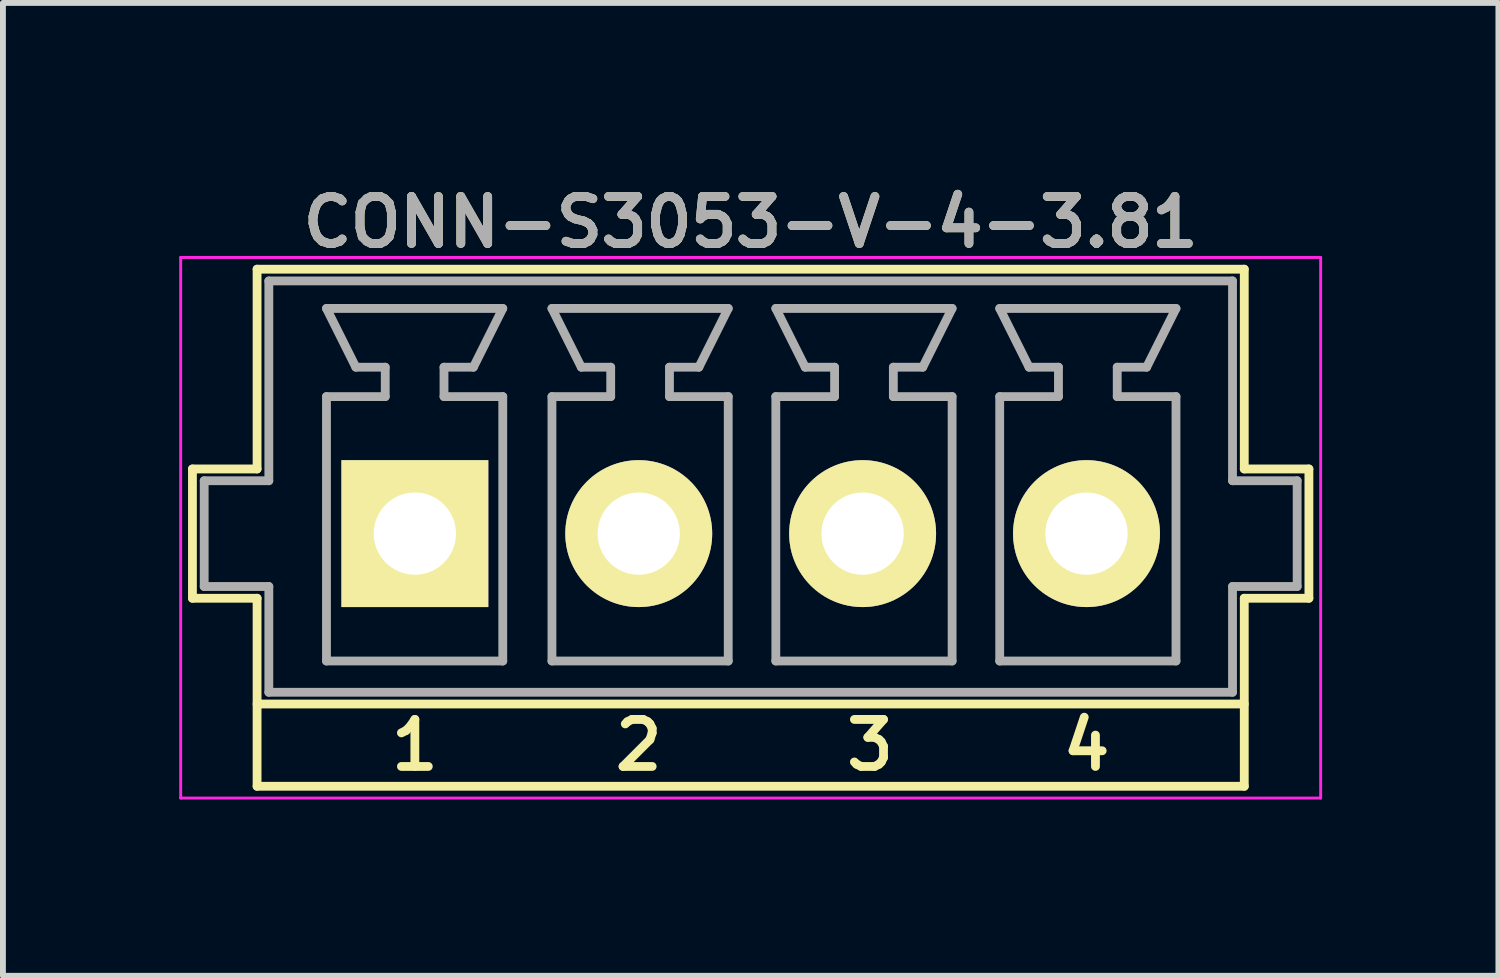
<source format=kicad_pcb>
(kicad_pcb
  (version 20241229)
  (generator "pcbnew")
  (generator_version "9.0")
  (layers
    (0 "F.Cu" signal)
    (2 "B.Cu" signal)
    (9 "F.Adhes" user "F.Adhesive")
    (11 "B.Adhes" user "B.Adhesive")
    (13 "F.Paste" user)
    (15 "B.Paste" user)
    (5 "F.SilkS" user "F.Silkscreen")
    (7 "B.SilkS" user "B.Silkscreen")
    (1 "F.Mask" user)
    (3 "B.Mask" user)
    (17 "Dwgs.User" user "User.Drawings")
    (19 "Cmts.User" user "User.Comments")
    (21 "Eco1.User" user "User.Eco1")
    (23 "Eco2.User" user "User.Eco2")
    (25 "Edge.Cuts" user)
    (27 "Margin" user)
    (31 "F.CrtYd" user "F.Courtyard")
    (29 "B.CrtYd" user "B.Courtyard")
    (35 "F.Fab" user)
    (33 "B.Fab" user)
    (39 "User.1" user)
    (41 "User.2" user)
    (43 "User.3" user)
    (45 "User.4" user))
  (footprint "CONN-S3053-V-4-3.81"
    (layer "F.Cu")
    (at 9.725 5.231)
    (property "Reference" "CONN-S3053-V-4-3.81" (at 0 -4.5 0) (layer "F.SilkS") (effects (font (size 0.8 0.8) (thickness 0.15))))
    (attr through_hole)
    (fp_line (start -9.5 -0.3) (end -9.5 1.9) (stroke (width 0.15) (type solid)) (layer "F.SilkS"))
    (fp_line (start -9.5 1.9) (end -8.4 1.9) (stroke (width 0.15) (type solid)) (layer "F.SilkS"))
    (fp_line (start -8.4 -3.7) (end -8.4 -0.3) (stroke (width 0.15) (type solid)) (layer "F.SilkS"))
    (fp_line (start -8.4 -3.7) (end 8.4 -3.7) (stroke (width 0.15) (type solid)) (layer "F.SilkS"))
    (fp_line (start -8.4 -0.3) (end -9.5 -0.3) (stroke (width 0.15) (type solid)) (layer "F.SilkS"))
    (fp_line (start -8.4 1.9) (end -8.4 5.1) (stroke (width 0.15) (type solid)) (layer "F.SilkS"))
    (fp_line (start -8.4 5.1) (end 8.4 5.1) (stroke (width 0.15) (type solid)) (layer "F.SilkS"))
    (fp_line (start 8.4 -3.7) (end 8.4 -0.3) (stroke (width 0.15) (type solid)) (layer "F.SilkS"))
    (fp_line (start 8.4 1.9) (end 8.4 5.1) (stroke (width 0.15) (type solid)) (layer "F.SilkS"))
    (fp_line (start 8.4 1.9) (end 9.5 1.9) (stroke (width 0.15) (type solid)) (layer "F.SilkS"))
    (fp_line (start 8.4 3.7) (end -8.4 3.7) (stroke (width 0.15) (type solid)) (layer "F.SilkS"))
    (fp_line (start 9.5 -0.3) (end 8.4 -0.3) (stroke (width 0.15) (type solid)) (layer "F.SilkS"))
    (fp_line (start 9.5 -0.3) (end 9.5 1.9) (stroke (width 0.15) (type solid)) (layer "F.SilkS"))
    (fp_line (start -9.7 -3.9) (end 9.7 -3.9) (stroke (width 0.05) (type solid)) (layer "F.CrtYd"))
    (fp_line (start -9.7 5.3) (end -9.7 -3.9) (stroke (width 0.05) (type solid)) (layer "F.CrtYd"))
    (fp_line (start 9.7 -3.9) (end 9.7 5.3) (stroke (width 0.05) (type solid)) (layer "F.CrtYd"))
    (fp_line (start 9.7 5.3) (end -9.7 5.3) (stroke (width 0.05) (type solid)) (layer "F.CrtYd"))
    (fp_line (start -9.3 -0.1) (end -9.3 1.7) (stroke (width 0.15) (type solid)) (layer "F.Fab"))
    (fp_line (start -9.3 1.7) (end -8.2 1.7) (stroke (width 0.15) (type solid)) (layer "F.Fab"))
    (fp_line (start -8.2 -3.5) (end -8.2 -0.1) (stroke (width 0.15) (type solid)) (layer "F.Fab"))
    (fp_line (start -8.2 -3.5) (end 8.2 -3.5) (stroke (width 0.15) (type solid)) (layer "F.Fab"))
    (fp_line (start -8.2 -0.1) (end -9.3 -0.1) (stroke (width 0.15) (type solid)) (layer "F.Fab"))
    (fp_line (start -8.2 1.7) (end -8.2 3.5) (stroke (width 0.15) (type solid)) (layer "F.Fab"))
    (fp_line (start -7.219 -3.032) (end -6.719 -2.032) (stroke (width 0.15) (type solid)) (layer "F.Fab"))
    (fp_line (start -7.219 -1.532) (end -6.219 -1.532) (stroke (width 0.15) (type solid)) (layer "F.Fab"))
    (fp_line (start -7.219 2.968) (end -7.219 -1.532) (stroke (width 0.15) (type solid)) (layer "F.Fab"))
    (fp_line (start -6.219 -2.032) (end -6.719 -2.032) (stroke (width 0.15) (type solid)) (layer "F.Fab"))
    (fp_line (start -6.219 -1.532) (end -6.219 -2.032) (stroke (width 0.15) (type solid)) (layer "F.Fab"))
    (fp_line (start -5.219 -2.032) (end -4.719 -2.032) (stroke (width 0.15) (type solid)) (layer "F.Fab"))
    (fp_line (start -5.219 -1.532) (end -5.219 -2.032) (stroke (width 0.15) (type solid)) (layer "F.Fab"))
    (fp_line (start -5.219 -1.532) (end -4.219 -1.532) (stroke (width 0.15) (type solid)) (layer "F.Fab"))
    (fp_line (start -4.719 -2.032) (end -4.219 -3.032) (stroke (width 0.15) (type solid)) (layer "F.Fab"))
    (fp_line (start -4.219 -3.032) (end -7.219 -3.032) (stroke (width 0.15) (type solid)) (layer "F.Fab"))
    (fp_line (start -4.219 2.968) (end -7.219 2.968) (stroke (width 0.15) (type solid)) (layer "F.Fab"))
    (fp_line (start -4.219 2.968) (end -4.219 -1.532) (stroke (width 0.15) (type solid)) (layer "F.Fab"))
    (fp_line (start -3.382 -3.032) (end -2.882 -2.032) (stroke (width 0.15) (type solid)) (layer "F.Fab"))
    (fp_line (start -3.382 -1.532) (end -2.382 -1.532) (stroke (width 0.15) (type solid)) (layer "F.Fab"))
    (fp_line (start -3.382 2.968) (end -3.382 -1.532) (stroke (width 0.15) (type solid)) (layer "F.Fab"))
    (fp_line (start -2.382 -2.032) (end -2.882 -2.032) (stroke (width 0.15) (type solid)) (layer "F.Fab"))
    (fp_line (start -2.382 -1.532) (end -2.382 -2.032) (stroke (width 0.15) (type solid)) (layer "F.Fab"))
    (fp_line (start -1.382 -2.032) (end -0.882 -2.032) (stroke (width 0.15) (type solid)) (layer "F.Fab"))
    (fp_line (start -1.382 -1.532) (end -1.382 -2.032) (stroke (width 0.15) (type solid)) (layer "F.Fab"))
    (fp_line (start -1.382 -1.532) (end -0.382 -1.532) (stroke (width 0.15) (type solid)) (layer "F.Fab"))
    (fp_line (start -0.882 -2.032) (end -0.382 -3.032) (stroke (width 0.15) (type solid)) (layer "F.Fab"))
    (fp_line (start -0.382 -3.032) (end -3.382 -3.032) (stroke (width 0.15) (type solid)) (layer "F.Fab"))
    (fp_line (start -0.382 2.968) (end -3.382 2.968) (stroke (width 0.15) (type solid)) (layer "F.Fab"))
    (fp_line (start -0.382 2.968) (end -0.382 -1.532) (stroke (width 0.15) (type solid)) (layer "F.Fab"))
    (fp_line (start 0.428 -3.032) (end 0.928 -2.032) (stroke (width 0.15) (type solid)) (layer "F.Fab"))
    (fp_line (start 0.428 -1.532) (end 1.428 -1.532) (stroke (width 0.15) (type solid)) (layer "F.Fab"))
    (fp_line (start 0.428 2.968) (end 0.428 -1.532) (stroke (width 0.15) (type solid)) (layer "F.Fab"))
    (fp_line (start 1.428 -2.032) (end 0.928 -2.032) (stroke (width 0.15) (type solid)) (layer "F.Fab"))
    (fp_line (start 1.428 -1.532) (end 1.428 -2.032) (stroke (width 0.15) (type solid)) (layer "F.Fab"))
    (fp_line (start 2.428 -2.032) (end 2.928 -2.032) (stroke (width 0.15) (type solid)) (layer "F.Fab"))
    (fp_line (start 2.428 -1.532) (end 2.428 -2.032) (stroke (width 0.15) (type solid)) (layer "F.Fab"))
    (fp_line (start 2.428 -1.532) (end 3.428 -1.532) (stroke (width 0.15) (type solid)) (layer "F.Fab"))
    (fp_line (start 2.928 -2.032) (end 3.428 -3.032) (stroke (width 0.15) (type solid)) (layer "F.Fab"))
    (fp_line (start 3.428 -3.032) (end 0.428 -3.032) (stroke (width 0.15) (type solid)) (layer "F.Fab"))
    (fp_line (start 3.428 2.968) (end 0.428 2.968) (stroke (width 0.15) (type solid)) (layer "F.Fab"))
    (fp_line (start 3.428 2.968) (end 3.428 -1.532) (stroke (width 0.15) (type solid)) (layer "F.Fab"))
    (fp_line (start 4.238 -3.032) (end 4.738 -2.032) (stroke (width 0.15) (type solid)) (layer "F.Fab"))
    (fp_line (start 4.238 -1.532) (end 5.238 -1.532) (stroke (width 0.15) (type solid)) (layer "F.Fab"))
    (fp_line (start 4.238 2.968) (end 4.238 -1.532) (stroke (width 0.15) (type solid)) (layer "F.Fab"))
    (fp_line (start 5.238 -2.032) (end 4.738 -2.032) (stroke (width 0.15) (type solid)) (layer "F.Fab"))
    (fp_line (start 5.238 -1.532) (end 5.238 -2.032) (stroke (width 0.15) (type solid)) (layer "F.Fab"))
    (fp_line (start 6.238 -2.032) (end 6.738 -2.032) (stroke (width 0.15) (type solid)) (layer "F.Fab"))
    (fp_line (start 6.238 -1.532) (end 6.238 -2.032) (stroke (width 0.15) (type solid)) (layer "F.Fab"))
    (fp_line (start 6.238 -1.532) (end 7.238 -1.532) (stroke (width 0.15) (type solid)) (layer "F.Fab"))
    (fp_line (start 6.738 -2.032) (end 7.238 -3.032) (stroke (width 0.15) (type solid)) (layer "F.Fab"))
    (fp_line (start 7.238 -3.032) (end 4.238 -3.032) (stroke (width 0.15) (type solid)) (layer "F.Fab"))
    (fp_line (start 7.238 2.968) (end 4.238 2.968) (stroke (width 0.15) (type solid)) (layer "F.Fab"))
    (fp_line (start 7.238 2.968) (end 7.238 -1.532) (stroke (width 0.15) (type solid)) (layer "F.Fab"))
    (fp_line (start 8.2 -0.1) (end 8.2 -3.5) (stroke (width 0.15) (type solid)) (layer "F.Fab"))
    (fp_line (start 8.2 1.7) (end 9.3 1.7) (stroke (width 0.15) (type solid)) (layer "F.Fab"))
    (fp_line (start 8.2 3.5) (end -8.2 3.5) (stroke (width 0.15) (type solid)) (layer "F.Fab"))
    (fp_line (start 8.2 3.5) (end 8.2 1.7) (stroke (width 0.15) (type solid)) (layer "F.Fab"))
    (fp_line (start 9.3 -0.1) (end 8.2 -0.1) (stroke (width 0.15) (type solid)) (layer "F.Fab"))
    (fp_line (start 9.3 1.7) (end 9.3 -0.1) (stroke (width 0.15) (type solid)) (layer "F.Fab"))
    (fp_text user "3" (at 2.032 4.4 0) (layer "F.SilkS") (effects (font (size 0.8 0.8) (thickness 0.15))))
    (fp_text user "1" (at -5.715 4.4 0) (layer "F.SilkS") (effects (font (size 0.8 0.8) (thickness 0.15))))
    (fp_text user "4" (at 5.715 4.4 0) (layer "F.SilkS") (effects (font (size 0.8 0.8) (thickness 0.15))))
    (fp_text user "2" (at -1.905 4.4 0) (layer "F.SilkS") (effects (font (size 0.8 0.8) (thickness 0.15))))
    (fp_text user "${REFERENCE}" (at 0 -4.5 0) (layer "F.Fab") (effects (font (size 0.8 0.8) (thickness 0.15))))
    (pad "1" thru_hole rect (at -5.715 0.8 180) (size 2.5 2.5) (drill 1.4) (layers "*.Cu" "*.Mask" "F.SilkS"))
    (pad "2" thru_hole circle (at -1.905 0.8 180) (size 2.5 2.5) (drill 1.4) (layers "*.Cu" "*.Mask" "F.SilkS"))
    (pad "3" thru_hole circle (at 1.905 0.8 180) (size 2.5 2.5) (drill 1.4) (layers "*.Cu" "*.Mask" "F.SilkS"))
    (pad "4" thru_hole circle (at 5.715 0.8 180) (size 2.5 2.5) (drill 1.4) (layers "*.Cu" "*.Mask" "F.SilkS")))
  (gr_rect
    (start -3 -3)
    (end 22.45 13.556)
    (stroke (width 0.1) (type default))
    (fill no)
    (layer "Edge.Cuts")))
</source>
